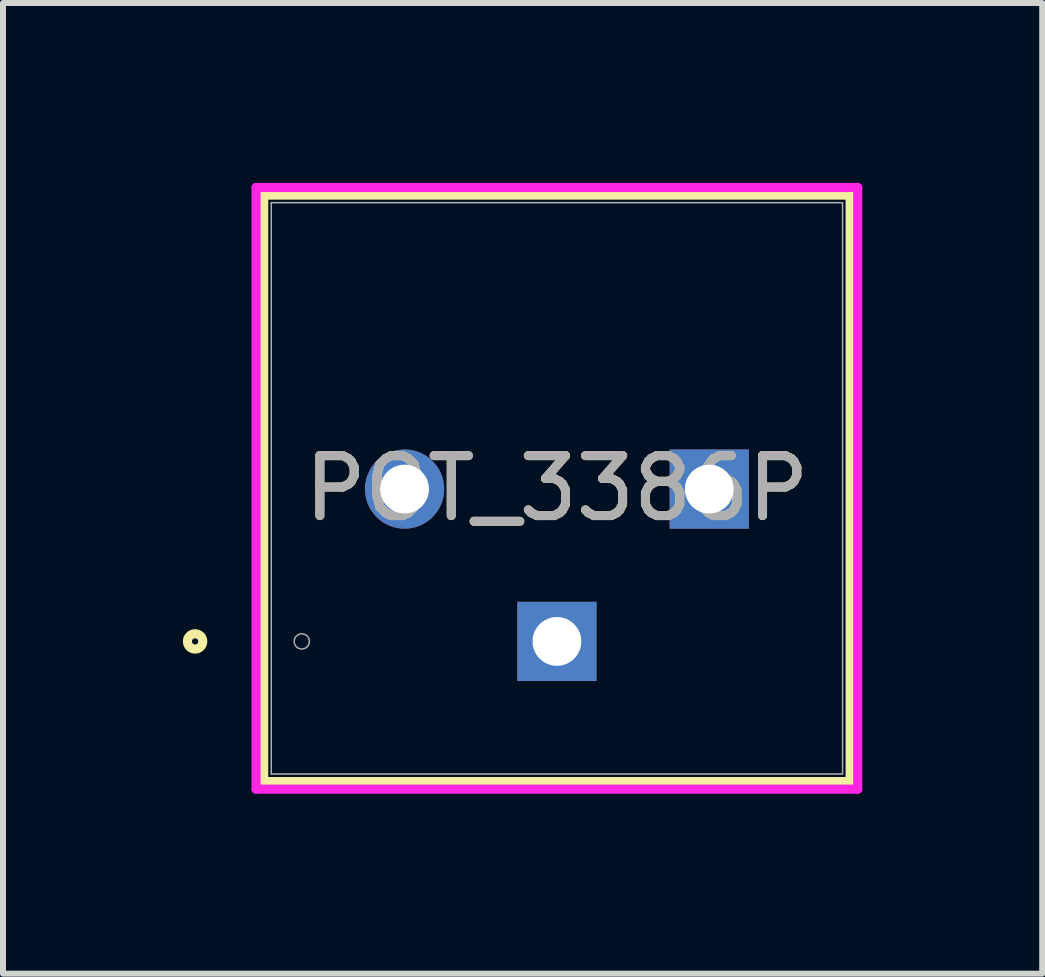
<source format=kicad_pcb>
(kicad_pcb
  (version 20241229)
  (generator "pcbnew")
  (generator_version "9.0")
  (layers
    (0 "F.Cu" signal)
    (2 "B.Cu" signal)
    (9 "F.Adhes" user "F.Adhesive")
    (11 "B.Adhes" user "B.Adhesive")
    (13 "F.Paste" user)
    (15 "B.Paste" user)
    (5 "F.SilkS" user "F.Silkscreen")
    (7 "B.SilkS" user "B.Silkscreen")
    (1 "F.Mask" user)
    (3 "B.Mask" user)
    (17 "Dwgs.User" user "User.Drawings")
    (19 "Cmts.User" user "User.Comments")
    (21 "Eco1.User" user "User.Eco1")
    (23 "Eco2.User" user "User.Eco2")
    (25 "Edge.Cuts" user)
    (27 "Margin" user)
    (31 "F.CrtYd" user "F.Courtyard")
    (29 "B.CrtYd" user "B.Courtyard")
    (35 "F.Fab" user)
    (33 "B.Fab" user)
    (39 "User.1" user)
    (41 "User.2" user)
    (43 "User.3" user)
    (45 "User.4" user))
  (footprint "POT_3386P"
    (layer "F.Cu")
    (at 3.696 5.105)
    (property "Reference" "POT_3386P" (at 2.54 -0.013 0) (unlocked yes) (layer "F.SilkS") (effects (font (size 1 1) (thickness 0.15))))
    (attr through_hole)
    (fp_line (start -2.349 -4.902) (end 7.429 -4.902) (stroke (width 0.152) (type solid)) (layer "F.SilkS"))
    (fp_line (start -2.349 4.877) (end -2.349 -4.902) (stroke (width 0.152) (type solid)) (layer "F.SilkS"))
    (fp_line (start 7.429 -4.902) (end 7.429 4.877) (stroke (width 0.152) (type solid)) (layer "F.SilkS"))
    (fp_line (start 7.429 4.877) (end -2.349 4.877) (stroke (width 0.152) (type solid)) (layer "F.SilkS"))
    (fp_circle (center -3.493 2.54) (end -3.365 2.54) (stroke (width 0.152) (type solid)) (fill no) (layer "F.SilkS"))
    (fp_line (start -2.477 -5.029) (end 7.556 -5.029) (stroke (width 0.152) (type solid)) (layer "F.CrtYd"))
    (fp_line (start -2.477 5.004) (end -2.477 -5.029) (stroke (width 0.152) (type solid)) (layer "F.CrtYd"))
    (fp_line (start 7.556 -5.029) (end 7.556 5.004) (stroke (width 0.152) (type solid)) (layer "F.CrtYd"))
    (fp_line (start 7.556 5.004) (end -2.477 5.004) (stroke (width 0.152) (type solid)) (layer "F.CrtYd"))
    (fp_line (start -2.223 -4.775) (end 7.303 -4.775) (stroke (width 0.025) (type solid)) (layer "F.Fab"))
    (fp_line (start -2.223 4.75) (end -2.223 -4.775) (stroke (width 0.025) (type solid)) (layer "F.Fab"))
    (fp_line (start 7.303 -4.775) (end 7.303 4.75) (stroke (width 0.025) (type solid)) (layer "F.Fab"))
    (fp_line (start 7.303 4.75) (end -2.223 4.75) (stroke (width 0.025) (type solid)) (layer "F.Fab"))
    (fp_circle (center -1.714 2.54) (end -1.587 2.54) (stroke (width 0.025) (type solid)) (fill no) (layer "F.Fab"))
    (fp_text user "${REFERENCE}" (at 2.54 -0.013 0) (unlocked yes) (layer "F.Fab") (effects (font (size 1 1) (thickness 0.15))))
    (pad "1" thru_hole circle (at 0 0) (size 1.321 1.321) (drill 0.813) (layers "*.Cu" "*.Mask"))
    (pad "2" thru_hole rect (at 2.54 2.54) (size 1.321 1.321) (drill 0.813) (layers "*.Cu" "*.Mask"))
    (pad "3" thru_hole rect (at 5.08 0) (size 1.321 1.321) (drill 0.813) (layers "*.Cu" "*.Mask")))
  (gr_rect
    (start -3 -3)
    (end 14.328 13.185)
    (stroke (width 0.1) (type default))
    (fill no)
    (layer "Edge.Cuts")))
</source>
